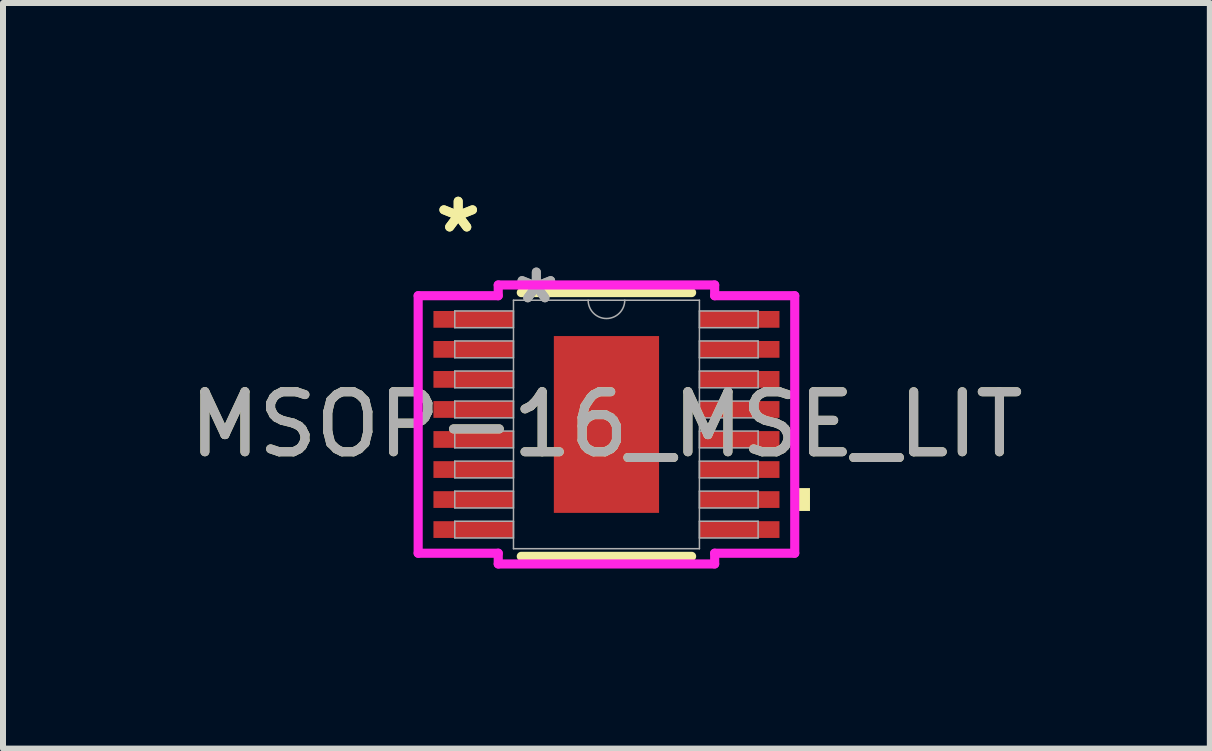
<source format=kicad_pcb>
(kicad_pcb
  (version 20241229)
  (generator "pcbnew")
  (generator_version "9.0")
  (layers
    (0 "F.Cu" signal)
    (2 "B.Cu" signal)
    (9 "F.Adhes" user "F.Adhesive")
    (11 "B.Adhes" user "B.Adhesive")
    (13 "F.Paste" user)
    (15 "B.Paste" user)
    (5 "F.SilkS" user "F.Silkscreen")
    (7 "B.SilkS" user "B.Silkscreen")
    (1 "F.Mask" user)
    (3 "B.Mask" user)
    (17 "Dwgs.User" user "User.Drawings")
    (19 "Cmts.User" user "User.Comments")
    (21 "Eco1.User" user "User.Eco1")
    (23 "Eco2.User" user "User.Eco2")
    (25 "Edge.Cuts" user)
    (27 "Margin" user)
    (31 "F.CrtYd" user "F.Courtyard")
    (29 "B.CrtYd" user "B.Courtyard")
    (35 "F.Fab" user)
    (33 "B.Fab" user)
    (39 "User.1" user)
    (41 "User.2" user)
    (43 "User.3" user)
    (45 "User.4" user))
  (footprint "MSOP-16_MSE_LIT"
    (layer "F.Cu")
    (at 7.054 4.022)
    (property "Reference" "MSOP-16_MSE_LIT" (at 0 0 0) (unlocked yes) (layer "F.SilkS") (effects (font (size 1 1) (thickness 0.15))))
    (attr smd)
    (fp_line (start -1.419 2.197) (end 1.419 2.197) (stroke (width 0.152) (type solid)) (layer "F.SilkS"))
    (fp_line (start 1.419 -2.197) (end -1.419 -2.197) (stroke (width 0.152) (type solid)) (layer "F.SilkS"))
    (fp_poly (pts (xy 3.391 1.06) (xy 3.391 1.441) (xy 3.137 1.441) (xy 3.137 1.06)) (stroke (width 0) (type solid)) (fill yes) (layer "F.SilkS"))
    (fp_poly (pts (xy -0.776 -1.373) (xy -0.776 -0.1) (xy 0.776 -0.1) (xy 0.776 -1.373)) (stroke (width 0) (type solid)) (fill yes) (layer "F.Paste"))
    (fp_poly (pts (xy -0.776 0.1) (xy -0.776 1.373) (xy 0.776 1.373) (xy 0.776 0.1)) (stroke (width 0) (type solid)) (fill yes) (layer "F.Paste"))
    (fp_line (start -3.137 -2.145) (end -1.803 -2.145) (stroke (width 0.152) (type solid)) (layer "F.CrtYd"))
    (fp_line (start -3.137 2.145) (end -3.137 -2.145) (stroke (width 0.152) (type solid)) (layer "F.CrtYd"))
    (fp_line (start -3.137 2.145) (end -1.803 2.145) (stroke (width 0.152) (type solid)) (layer "F.CrtYd"))
    (fp_line (start -1.803 -2.324) (end 1.803 -2.324) (stroke (width 0.152) (type solid)) (layer "F.CrtYd"))
    (fp_line (start -1.803 -2.145) (end -1.803 -2.324) (stroke (width 0.152) (type solid)) (layer "F.CrtYd"))
    (fp_line (start -1.803 2.324) (end -1.803 2.145) (stroke (width 0.152) (type solid)) (layer "F.CrtYd"))
    (fp_line (start 1.803 -2.324) (end 1.803 -2.145) (stroke (width 0.152) (type solid)) (layer "F.CrtYd"))
    (fp_line (start 1.803 2.145) (end 1.803 2.324) (stroke (width 0.152) (type solid)) (layer "F.CrtYd"))
    (fp_line (start 1.803 2.324) (end -1.803 2.324) (stroke (width 0.152) (type solid)) (layer "F.CrtYd"))
    (fp_line (start 3.137 -2.145) (end 1.803 -2.145) (stroke (width 0.152) (type solid)) (layer "F.CrtYd"))
    (fp_line (start 3.137 -2.145) (end 3.137 2.145) (stroke (width 0.152) (type solid)) (layer "F.CrtYd"))
    (fp_line (start 3.137 2.145) (end 1.803 2.145) (stroke (width 0.152) (type solid)) (layer "F.CrtYd"))
    (fp_line (start -2.527 -1.891) (end -2.527 -1.612) (stroke (width 0.025) (type solid)) (layer "F.Fab"))
    (fp_line (start -2.527 -1.612) (end -1.549 -1.612) (stroke (width 0.025) (type solid)) (layer "F.Fab"))
    (fp_line (start -2.527 -1.391) (end -2.527 -1.111) (stroke (width 0.025) (type solid)) (layer "F.Fab"))
    (fp_line (start -2.527 -1.111) (end -1.549 -1.111) (stroke (width 0.025) (type solid)) (layer "F.Fab"))
    (fp_line (start -2.527 -0.89) (end -2.527 -0.611) (stroke (width 0.025) (type solid)) (layer "F.Fab"))
    (fp_line (start -2.527 -0.611) (end -1.549 -0.611) (stroke (width 0.025) (type solid)) (layer "F.Fab"))
    (fp_line (start -2.527 -0.39) (end -2.527 -0.11) (stroke (width 0.025) (type solid)) (layer "F.Fab"))
    (fp_line (start -2.527 -0.11) (end -1.549 -0.11) (stroke (width 0.025) (type solid)) (layer "F.Fab"))
    (fp_line (start -2.527 0.11) (end -2.527 0.39) (stroke (width 0.025) (type solid)) (layer "F.Fab"))
    (fp_line (start -2.527 0.39) (end -1.549 0.39) (stroke (width 0.025) (type solid)) (layer "F.Fab"))
    (fp_line (start -2.527 0.611) (end -2.527 0.89) (stroke (width 0.025) (type solid)) (layer "F.Fab"))
    (fp_line (start -2.527 0.89) (end -1.549 0.89) (stroke (width 0.025) (type solid)) (layer "F.Fab"))
    (fp_line (start -2.527 1.111) (end -2.527 1.391) (stroke (width 0.025) (type solid)) (layer "F.Fab"))
    (fp_line (start -2.527 1.391) (end -1.549 1.391) (stroke (width 0.025) (type solid)) (layer "F.Fab"))
    (fp_line (start -2.527 1.612) (end -2.527 1.891) (stroke (width 0.025) (type solid)) (layer "F.Fab"))
    (fp_line (start -2.527 1.891) (end -1.549 1.891) (stroke (width 0.025) (type solid)) (layer "F.Fab"))
    (fp_line (start -1.549 -2.07) (end -1.549 2.07) (stroke (width 0.025) (type solid)) (layer "F.Fab"))
    (fp_line (start -1.549 -1.891) (end -2.527 -1.891) (stroke (width 0.025) (type solid)) (layer "F.Fab"))
    (fp_line (start -1.549 -1.612) (end -1.549 -1.891) (stroke (width 0.025) (type solid)) (layer "F.Fab"))
    (fp_line (start -1.549 -1.391) (end -2.527 -1.391) (stroke (width 0.025) (type solid)) (layer "F.Fab"))
    (fp_line (start -1.549 -1.111) (end -1.549 -1.391) (stroke (width 0.025) (type solid)) (layer "F.Fab"))
    (fp_line (start -1.549 -0.89) (end -2.527 -0.89) (stroke (width 0.025) (type solid)) (layer "F.Fab"))
    (fp_line (start -1.549 -0.611) (end -1.549 -0.89) (stroke (width 0.025) (type solid)) (layer "F.Fab"))
    (fp_line (start -1.549 -0.39) (end -2.527 -0.39) (stroke (width 0.025) (type solid)) (layer "F.Fab"))
    (fp_line (start -1.549 -0.11) (end -1.549 -0.39) (stroke (width 0.025) (type solid)) (layer "F.Fab"))
    (fp_line (start -1.549 0.11) (end -2.527 0.11) (stroke (width 0.025) (type solid)) (layer "F.Fab"))
    (fp_line (start -1.549 0.39) (end -1.549 0.11) (stroke (width 0.025) (type solid)) (layer "F.Fab"))
    (fp_line (start -1.549 0.611) (end -2.527 0.611) (stroke (width 0.025) (type solid)) (layer "F.Fab"))
    (fp_line (start -1.549 0.89) (end -1.549 0.611) (stroke (width 0.025) (type solid)) (layer "F.Fab"))
    (fp_line (start -1.549 1.111) (end -2.527 1.111) (stroke (width 0.025) (type solid)) (layer "F.Fab"))
    (fp_line (start -1.549 1.391) (end -1.549 1.111) (stroke (width 0.025) (type solid)) (layer "F.Fab"))
    (fp_line (start -1.549 1.612) (end -2.527 1.612) (stroke (width 0.025) (type solid)) (layer "F.Fab"))
    (fp_line (start -1.549 1.891) (end -1.549 1.612) (stroke (width 0.025) (type solid)) (layer "F.Fab"))
    (fp_line (start -1.549 2.07) (end 1.549 2.07) (stroke (width 0.025) (type solid)) (layer "F.Fab"))
    (fp_line (start 1.549 -2.07) (end -1.549 -2.07) (stroke (width 0.025) (type solid)) (layer "F.Fab"))
    (fp_line (start 1.549 -1.891) (end 1.549 -1.612) (stroke (width 0.025) (type solid)) (layer "F.Fab"))
    (fp_line (start 1.549 -1.612) (end 2.527 -1.612) (stroke (width 0.025) (type solid)) (layer "F.Fab"))
    (fp_line (start 1.549 -1.391) (end 1.549 -1.111) (stroke (width 0.025) (type solid)) (layer "F.Fab"))
    (fp_line (start 1.549 -1.111) (end 2.527 -1.111) (stroke (width 0.025) (type solid)) (layer "F.Fab"))
    (fp_line (start 1.549 -0.89) (end 1.549 -0.611) (stroke (width 0.025) (type solid)) (layer "F.Fab"))
    (fp_line (start 1.549 -0.611) (end 2.527 -0.611) (stroke (width 0.025) (type solid)) (layer "F.Fab"))
    (fp_line (start 1.549 -0.39) (end 1.549 -0.11) (stroke (width 0.025) (type solid)) (layer "F.Fab"))
    (fp_line (start 1.549 -0.11) (end 2.527 -0.11) (stroke (width 0.025) (type solid)) (layer "F.Fab"))
    (fp_line (start 1.549 0.11) (end 1.549 0.39) (stroke (width 0.025) (type solid)) (layer "F.Fab"))
    (fp_line (start 1.549 0.39) (end 2.527 0.39) (stroke (width 0.025) (type solid)) (layer "F.Fab"))
    (fp_line (start 1.549 0.611) (end 1.549 0.89) (stroke (width 0.025) (type solid)) (layer "F.Fab"))
    (fp_line (start 1.549 0.89) (end 2.527 0.89) (stroke (width 0.025) (type solid)) (layer "F.Fab"))
    (fp_line (start 1.549 1.111) (end 1.549 1.391) (stroke (width 0.025) (type solid)) (layer "F.Fab"))
    (fp_line (start 1.549 1.391) (end 2.527 1.391) (stroke (width 0.025) (type solid)) (layer "F.Fab"))
    (fp_line (start 1.549 1.612) (end 1.549 1.891) (stroke (width 0.025) (type solid)) (layer "F.Fab"))
    (fp_line (start 1.549 1.891) (end 2.527 1.891) (stroke (width 0.025) (type solid)) (layer "F.Fab"))
    (fp_line (start 1.549 2.07) (end 1.549 -2.07) (stroke (width 0.025) (type solid)) (layer "F.Fab"))
    (fp_line (start 2.527 -1.891) (end 1.549 -1.891) (stroke (width 0.025) (type solid)) (layer "F.Fab"))
    (fp_line (start 2.527 -1.612) (end 2.527 -1.891) (stroke (width 0.025) (type solid)) (layer "F.Fab"))
    (fp_line (start 2.527 -1.391) (end 1.549 -1.391) (stroke (width 0.025) (type solid)) (layer "F.Fab"))
    (fp_line (start 2.527 -1.111) (end 2.527 -1.391) (stroke (width 0.025) (type solid)) (layer "F.Fab"))
    (fp_line (start 2.527 -0.89) (end 1.549 -0.89) (stroke (width 0.025) (type solid)) (layer "F.Fab"))
    (fp_line (start 2.527 -0.611) (end 2.527 -0.89) (stroke (width 0.025) (type solid)) (layer "F.Fab"))
    (fp_line (start 2.527 -0.39) (end 1.549 -0.39) (stroke (width 0.025) (type solid)) (layer "F.Fab"))
    (fp_line (start 2.527 -0.11) (end 2.527 -0.39) (stroke (width 0.025) (type solid)) (layer "F.Fab"))
    (fp_line (start 2.527 0.11) (end 1.549 0.11) (stroke (width 0.025) (type solid)) (layer "F.Fab"))
    (fp_line (start 2.527 0.39) (end 2.527 0.11) (stroke (width 0.025) (type solid)) (layer "F.Fab"))
    (fp_line (start 2.527 0.611) (end 1.549 0.611) (stroke (width 0.025) (type solid)) (layer "F.Fab"))
    (fp_line (start 2.527 0.89) (end 2.527 0.611) (stroke (width 0.025) (type solid)) (layer "F.Fab"))
    (fp_line (start 2.527 1.111) (end 1.549 1.111) (stroke (width 0.025) (type solid)) (layer "F.Fab"))
    (fp_line (start 2.527 1.391) (end 2.527 1.111) (stroke (width 0.025) (type solid)) (layer "F.Fab"))
    (fp_line (start 2.527 1.612) (end 1.549 1.612) (stroke (width 0.025) (type solid)) (layer "F.Fab"))
    (fp_line (start 2.527 1.891) (end 2.527 1.612) (stroke (width 0.025) (type solid)) (layer "F.Fab"))
    (fp_arc (start 0.3048 -2.0701) (mid 0 -1.7653) (end -0.3048 -2.0701) (stroke (width 0.0254) (type solid)) (layer "F.Fab"))
    (fp_text user "*" (at -2.47 -3.174 0) (layer "F.SilkS") (effects (font (size 1 1) (thickness 0.15))))
    (fp_text user "*" (at -2.47 -3.174 0) (unlocked yes) (layer "F.SilkS") (effects (font (size 1 1) (thickness 0.15))))
    (fp_text user "*" (at -1.168 -1.994 0) (unlocked yes) (layer "F.Fab") (effects (font (size 1 1) (thickness 0.15))))
    (fp_text user "${REFERENCE}" (at 0 0 0) (unlocked yes) (layer "F.Fab") (effects (font (size 1 1) (thickness 0.15))))
    (fp_text user "*" (at -1.168 -1.994 0) (layer "F.Fab") (effects (font (size 1 1) (thickness 0.15))))
    (pad "1" smd rect (at -2.216 -1.751) (size 1.333 0.279) (layers "F.Cu" "F.Mask" "F.Paste"))
    (pad "2" smd rect (at -2.216 -1.251) (size 1.333 0.279) (layers "F.Cu" "F.Mask" "F.Paste"))
    (pad "3" smd rect (at -2.216 -0.751) (size 1.333 0.279) (layers "F.Cu" "F.Mask" "F.Paste"))
    (pad "4" smd rect (at -2.216 -0.25) (size 1.333 0.279) (layers "F.Cu" "F.Mask" "F.Paste"))
    (pad "5" smd rect (at -2.216 0.25) (size 1.333 0.279) (layers "F.Cu" "F.Mask" "F.Paste"))
    (pad "6" smd rect (at -2.216 0.751) (size 1.333 0.279) (layers "F.Cu" "F.Mask" "F.Paste"))
    (pad "7" smd rect (at -2.216 1.251) (size 1.333 0.279) (layers "F.Cu" "F.Mask" "F.Paste"))
    (pad "8" smd rect (at -2.216 1.751) (size 1.333 0.279) (layers "F.Cu" "F.Mask" "F.Paste"))
    (pad "9" smd rect (at 2.216 1.751) (size 1.333 0.279) (layers "F.Cu" "F.Mask" "F.Paste"))
    (pad "10" smd rect (at 2.216 1.251) (size 1.333 0.279) (layers "F.Cu" "F.Mask" "F.Paste"))
    (pad "11" smd rect (at 2.216 0.751) (size 1.333 0.279) (layers "F.Cu" "F.Mask" "F.Paste"))
    (pad "12" smd rect (at 2.216 0.25) (size 1.333 0.279) (layers "F.Cu" "F.Mask" "F.Paste"))
    (pad "13" smd rect (at 2.216 -0.25) (size 1.333 0.279) (layers "F.Cu" "F.Mask" "F.Paste"))
    (pad "14" smd rect (at 2.216 -0.751) (size 1.333 0.279) (layers "F.Cu" "F.Mask" "F.Paste"))
    (pad "15" smd rect (at 2.216 -1.251) (size 1.333 0.279) (layers "F.Cu" "F.Mask" "F.Paste"))
    (pad "16" smd rect (at 2.216 -1.751) (size 1.333 0.279) (layers "F.Cu" "F.Mask" "F.Paste"))
    (pad "17" smd rect (at 0 0) (size 1.753 2.946) (layers "F.Cu" "F.Mask")))
  (gr_rect
    (start -3 -3)
    (end 17.107 9.422)
    (stroke (width 0.1) (type default))
    (fill no)
    (layer "Edge.Cuts")))
</source>
